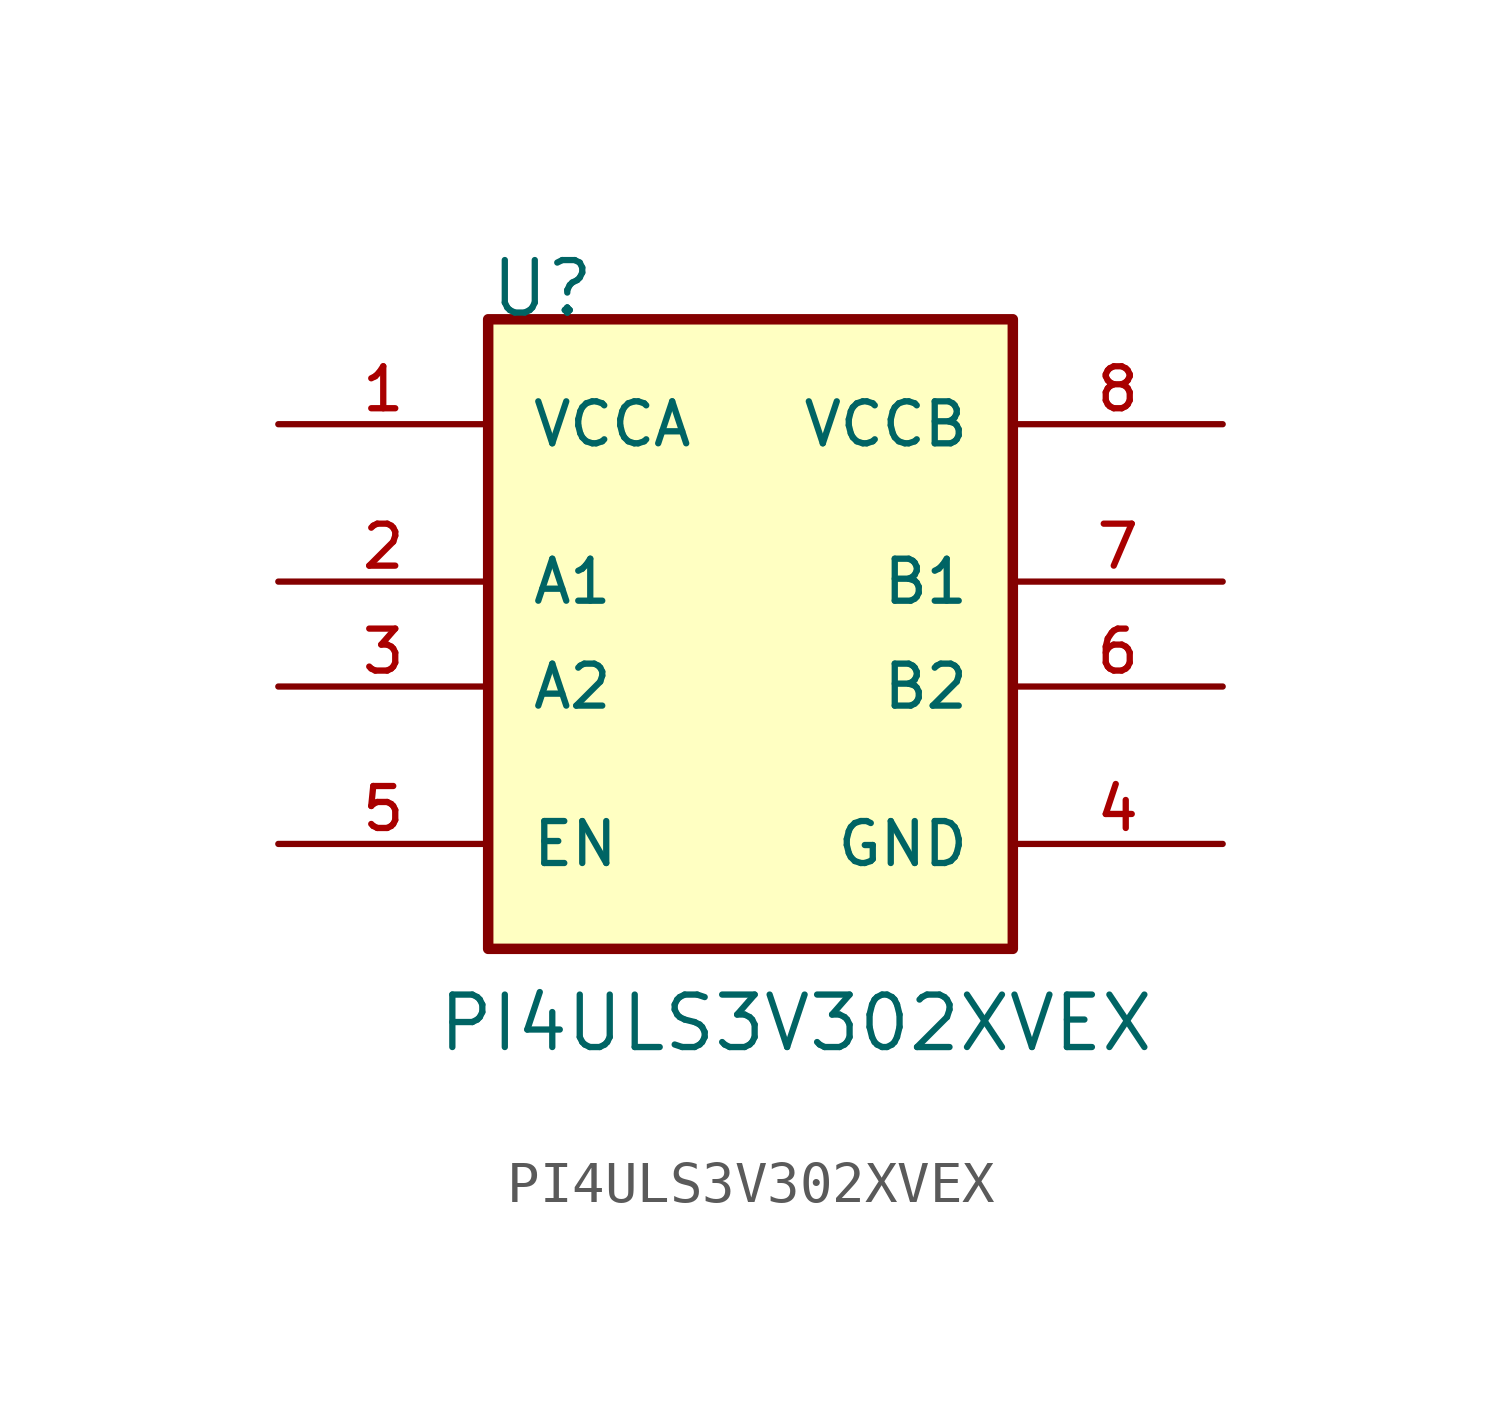
<source format=kicad_sym>
(kicad_symbol_lib
  (version 20211014)
  (generator kicad_symbol_editor)
  (symbol "PI4ULS3V302XVEX"
    (pin_names
      (offset 1.016))
    (property "Reference" "U"
      (at -10.16 6.35 0)
      (effects (font (size 1.27 1.27)) (justify left bottom)))
    (property "Value" "PI4ULS3V302XVEX"
      (at -11.43 -11.43 0)
      (effects (font (size 1.27 1.27)) (justify left bottom)))
    (property "ki_locked" ""
      (at 0 0 0)
      (effects (font (size 1.27 1.27))))
    (symbol "PI4ULS3V302XVEX_0_0"
      (rectangle (start -10.16 6.35) (end 2.54 -8.89) (stroke (width 0.254) (type default) (color 0 0 0 0)) (fill (type background)))
      (pin power_in line (at -15.24 3.81 0) (length 5.08) (name "VCCA" (effects (font (size 1.016 1.016)))) (number "1" (effects (font (size 1.016 1.016)))))
      (pin bidirectional line (at -15.24 0 0) (length 5.08) (name "A1" (effects (font (size 1.016 1.016)))) (number "2" (effects (font (size 1.016 1.016)))))
      (pin bidirectional line (at -15.24 -2.54 0) (length 5.08) (name "A2" (effects (font (size 1.016 1.016)))) (number "3" (effects (font (size 1.016 1.016)))))
      (pin power_in line (at 7.62 -6.35 180) (length 5.08) (name "GND" (effects (font (size 1.016 1.016)))) (number "4" (effects (font (size 1.016 1.016)))))
      (pin input line (at -15.24 -6.35 0) (length 5.08) (name "EN" (effects (font (size 1.016 1.016)))) (number "5" (effects (font (size 1.016 1.016)))))
      (pin bidirectional line (at 7.62 -2.54 180) (length 5.08) (name "B2" (effects (font (size 1.016 1.016)))) (number "6" (effects (font (size 1.016 1.016)))))
      (pin bidirectional line (at 7.62 0 180) (length 5.08) (name "B1" (effects (font (size 1.016 1.016)))) (number "7" (effects (font (size 1.016 1.016)))))
      (pin power_in line (at 7.62 3.81 180) (length 5.08) (name "VCCB" (effects (font (size 1.016 1.016)))) (number "8" (effects (font (size 1.016 1.016))))))))
</source>
